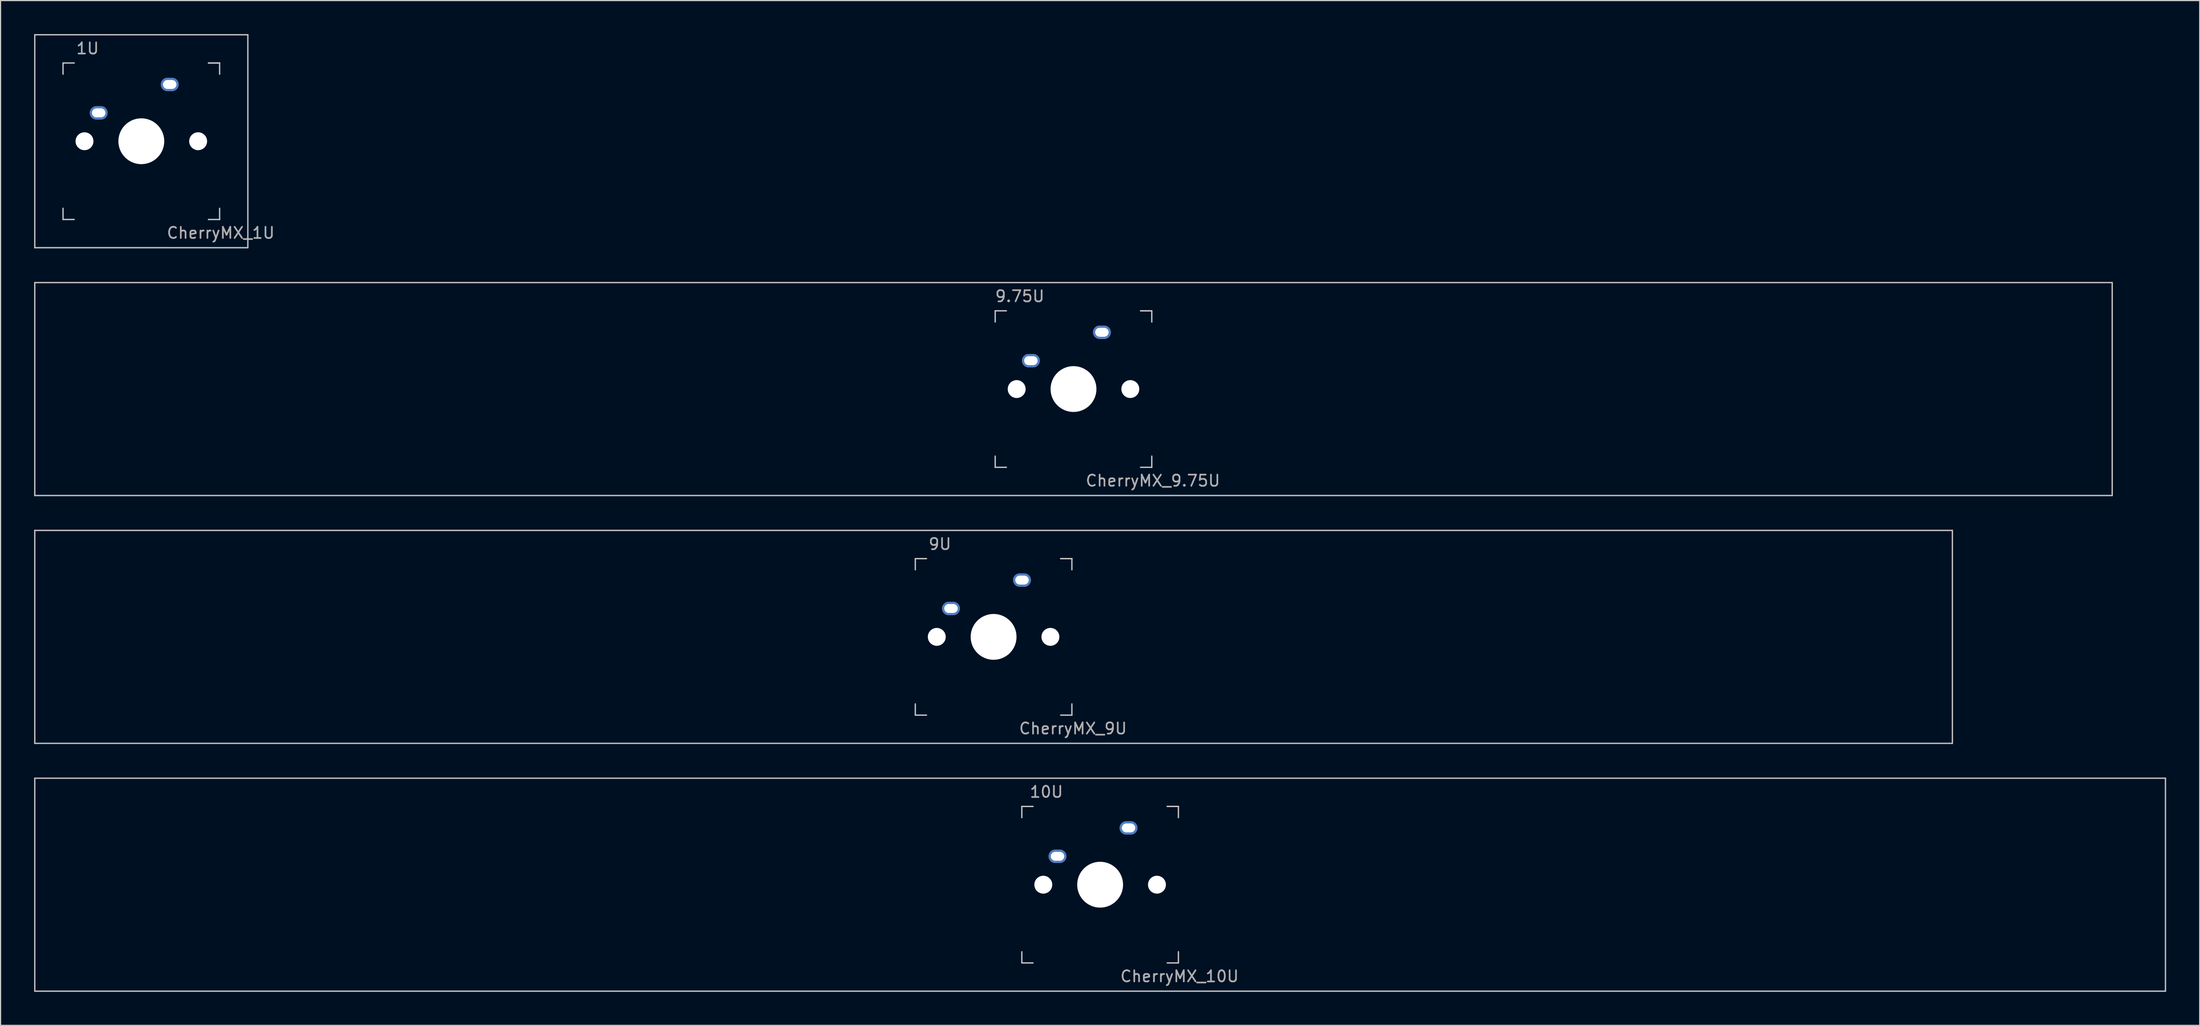
<source format=kicad_pcb>
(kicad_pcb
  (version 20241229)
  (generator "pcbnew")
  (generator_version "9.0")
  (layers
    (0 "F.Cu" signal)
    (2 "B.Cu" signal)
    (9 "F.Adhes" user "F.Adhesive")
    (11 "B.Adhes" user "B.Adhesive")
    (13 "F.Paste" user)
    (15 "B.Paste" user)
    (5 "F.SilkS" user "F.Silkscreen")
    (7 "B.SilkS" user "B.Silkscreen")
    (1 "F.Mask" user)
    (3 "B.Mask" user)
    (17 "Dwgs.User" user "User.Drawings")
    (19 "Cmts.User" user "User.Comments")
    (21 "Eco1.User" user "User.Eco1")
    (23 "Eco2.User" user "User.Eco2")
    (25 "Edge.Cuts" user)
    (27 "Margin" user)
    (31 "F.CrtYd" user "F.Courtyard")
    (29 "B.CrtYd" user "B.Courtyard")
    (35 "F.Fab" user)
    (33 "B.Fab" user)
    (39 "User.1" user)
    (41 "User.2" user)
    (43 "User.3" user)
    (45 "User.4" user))
  (footprint "CherryMX_9U"
    (layer "F.Cu")
    (at 85.785 53.925)
    (property "Reference" "CherryMX_9U" (at 7.1 8.2 0) (layer "F.Fab") (effects (font (size 1 1) (thickness 0.15))))
    (attr through_hole)
    (fp_line (start -85.725 -9.525) (end 85.725 -9.525) (stroke (width 0.12) (type solid)) (layer "Dwgs.User"))
    (fp_line (start -85.725 9.525) (end -85.725 -9.525) (stroke (width 0.12) (type solid)) (layer "Dwgs.User"))
    (fp_line (start -7 -7) (end -7 -6) (stroke (width 0.12) (type solid)) (layer "Dwgs.User"))
    (fp_line (start -7 -7) (end -6 -7) (stroke (width 0.12) (type solid)) (layer "Dwgs.User"))
    (fp_line (start -7 7) (end -7 6) (stroke (width 0.12) (type solid)) (layer "Dwgs.User"))
    (fp_line (start -7 7) (end -6 7) (stroke (width 0.12) (type solid)) (layer "Dwgs.User"))
    (fp_line (start 6 -7) (end 7 -7) (stroke (width 0.12) (type solid)) (layer "Dwgs.User"))
    (fp_line (start 7 -7) (end 6 -7) (stroke (width 0.12) (type solid)) (layer "Dwgs.User"))
    (fp_line (start 7 -7) (end 7 -6) (stroke (width 0.12) (type solid)) (layer "Dwgs.User"))
    (fp_line (start 7 7) (end 6 7) (stroke (width 0.12) (type solid)) (layer "Dwgs.User"))
    (fp_line (start 7 7) (end 7 6) (stroke (width 0.12) (type solid)) (layer "Dwgs.User"))
    (fp_line (start 85.725 -9.525) (end 85.725 9.525) (stroke (width 0.12) (type solid)) (layer "Dwgs.User"))
    (fp_line (start 85.725 9.525) (end -85.725 9.525) (stroke (width 0.12) (type solid)) (layer "Dwgs.User"))
    (fp_text user "9U" (at -4.8 -8.3 0) (layer "F.Fab") (effects (font (size 1 1) (thickness 0.15))))
    (pad "" np_thru_hole circle (at -5.08 0) (size 1.6 1.6) (drill 1.6) (layers "*.Cu" "*.Mask"))
    (pad "" np_thru_hole circle (at 0 0) (size 4.1 4.1) (drill 4.1) (layers "*.Cu" "*.Mask"))
    (pad "" np_thru_hole circle (at 5.08 0) (size 1.6 1.6) (drill 1.6) (layers "*.Cu" "*.Mask"))
    (pad "1" thru_hole oval (at -3.81 -2.54) (size 1.6 1.2) (drill oval 1.2 0.8) (layers "*.Cu" "*.Mask"))
    (pad "2" thru_hole oval (at 2.54 -5.08) (size 1.6 1.2) (drill oval 1.2 0.8) (layers "*.Cu" "*.Mask")))
  (footprint "CherryMX_10U"
    (layer "F.Cu")
    (at 95.31 76.095)
    (property "Reference" "CherryMX_10U" (at 7.1 8.2 0) (layer "F.Fab") (effects (font (size 1 1) (thickness 0.15))))
    (attr through_hole)
    (fp_line (start -95.25 -9.525) (end 95.25 -9.525) (stroke (width 0.12) (type solid)) (layer "Dwgs.User"))
    (fp_line (start -95.25 9.525) (end -95.25 -9.525) (stroke (width 0.12) (type solid)) (layer "Dwgs.User"))
    (fp_line (start -7 -7) (end -7 -6) (stroke (width 0.12) (type solid)) (layer "Dwgs.User"))
    (fp_line (start -7 -7) (end -6 -7) (stroke (width 0.12) (type solid)) (layer "Dwgs.User"))
    (fp_line (start -7 7) (end -7 6) (stroke (width 0.12) (type solid)) (layer "Dwgs.User"))
    (fp_line (start -7 7) (end -6 7) (stroke (width 0.12) (type solid)) (layer "Dwgs.User"))
    (fp_line (start 6 -7) (end 7 -7) (stroke (width 0.12) (type solid)) (layer "Dwgs.User"))
    (fp_line (start 7 -7) (end 6 -7) (stroke (width 0.12) (type solid)) (layer "Dwgs.User"))
    (fp_line (start 7 -7) (end 7 -6) (stroke (width 0.12) (type solid)) (layer "Dwgs.User"))
    (fp_line (start 7 7) (end 6 7) (stroke (width 0.12) (type solid)) (layer "Dwgs.User"))
    (fp_line (start 7 7) (end 7 6) (stroke (width 0.12) (type solid)) (layer "Dwgs.User"))
    (fp_line (start 95.25 -9.525) (end 95.25 9.525) (stroke (width 0.12) (type solid)) (layer "Dwgs.User"))
    (fp_line (start 95.25 9.525) (end -95.25 9.525) (stroke (width 0.12) (type solid)) (layer "Dwgs.User"))
    (fp_text user "10U" (at -4.8 -8.3 0) (layer "F.Fab") (effects (font (size 1 1) (thickness 0.15))))
    (pad "" np_thru_hole circle (at -5.08 0) (size 1.6 1.6) (drill 1.6) (layers "*.Cu" "*.Mask"))
    (pad "" np_thru_hole circle (at 0 0) (size 4.1 4.1) (drill 4.1) (layers "*.Cu" "*.Mask"))
    (pad "" np_thru_hole circle (at 5.08 0) (size 1.6 1.6) (drill 1.6) (layers "*.Cu" "*.Mask"))
    (pad "1" thru_hole oval (at -3.81 -2.54) (size 1.6 1.2) (drill oval 1.2 0.8) (layers "*.Cu" "*.Mask"))
    (pad "2" thru_hole oval (at 2.54 -5.08) (size 1.6 1.2) (drill oval 1.2 0.8) (layers "*.Cu" "*.Mask")))
  (footprint "CherryMX_9.75U"
    (layer "F.Cu")
    (at 92.929 31.755)
    (property "Reference" "CherryMX_9.75U" (at 7.1 8.2 0) (layer "F.Fab") (effects (font (size 1 1) (thickness 0.15))))
    (attr through_hole)
    (fp_line (start -92.869 -9.525) (end 92.869 -9.525) (stroke (width 0.12) (type solid)) (layer "Dwgs.User"))
    (fp_line (start -92.869 9.525) (end -92.869 -9.525) (stroke (width 0.12) (type solid)) (layer "Dwgs.User"))
    (fp_line (start -7 -7) (end -7 -6) (stroke (width 0.12) (type solid)) (layer "Dwgs.User"))
    (fp_line (start -7 -7) (end -6 -7) (stroke (width 0.12) (type solid)) (layer "Dwgs.User"))
    (fp_line (start -7 7) (end -7 6) (stroke (width 0.12) (type solid)) (layer "Dwgs.User"))
    (fp_line (start -7 7) (end -6 7) (stroke (width 0.12) (type solid)) (layer "Dwgs.User"))
    (fp_line (start 6 -7) (end 7 -7) (stroke (width 0.12) (type solid)) (layer "Dwgs.User"))
    (fp_line (start 7 -7) (end 6 -7) (stroke (width 0.12) (type solid)) (layer "Dwgs.User"))
    (fp_line (start 7 -7) (end 7 -6) (stroke (width 0.12) (type solid)) (layer "Dwgs.User"))
    (fp_line (start 7 7) (end 6 7) (stroke (width 0.12) (type solid)) (layer "Dwgs.User"))
    (fp_line (start 7 7) (end 7 6) (stroke (width 0.12) (type solid)) (layer "Dwgs.User"))
    (fp_line (start 92.869 -9.525) (end 92.869 9.525) (stroke (width 0.12) (type solid)) (layer "Dwgs.User"))
    (fp_line (start 92.869 9.525) (end -92.869 9.525) (stroke (width 0.12) (type solid)) (layer "Dwgs.User"))
    (fp_text user "9.75U" (at -4.8 -8.3 0) (layer "F.Fab") (effects (font (size 1 1) (thickness 0.15))))
    (pad "" np_thru_hole circle (at -5.08 0) (size 1.6 1.6) (drill 1.6) (layers "*.Cu" "*.Mask"))
    (pad "" np_thru_hole circle (at 0 0) (size 4.1 4.1) (drill 4.1) (layers "*.Cu" "*.Mask"))
    (pad "" np_thru_hole circle (at 5.08 0) (size 1.6 1.6) (drill 1.6) (layers "*.Cu" "*.Mask"))
    (pad "1" thru_hole oval (at -3.81 -2.54) (size 1.6 1.2) (drill oval 1.2 0.8) (layers "*.Cu" "*.Mask"))
    (pad "2" thru_hole oval (at 2.54 -5.08) (size 1.6 1.2) (drill oval 1.2 0.8) (layers "*.Cu" "*.Mask")))
  (footprint "CherryMX_1U"
    (layer "F.Cu")
    (at 9.585 9.585)
    (property "Reference" "CherryMX_1U" (at 7.1 8.2 0) (layer "F.Fab") (effects (font (size 1 1) (thickness 0.15))))
    (attr through_hole)
    (fp_line (start -9.525 -9.525) (end 9.525 -9.525) (stroke (width 0.12) (type solid)) (layer "Dwgs.User"))
    (fp_line (start -9.525 9.525) (end -9.525 -9.525) (stroke (width 0.12) (type solid)) (layer "Dwgs.User"))
    (fp_line (start -7 -7) (end -7 -6) (stroke (width 0.12) (type solid)) (layer "Dwgs.User"))
    (fp_line (start -7 -7) (end -6 -7) (stroke (width 0.12) (type solid)) (layer "Dwgs.User"))
    (fp_line (start -7 7) (end -7 6) (stroke (width 0.12) (type solid)) (layer "Dwgs.User"))
    (fp_line (start -7 7) (end -6 7) (stroke (width 0.12) (type solid)) (layer "Dwgs.User"))
    (fp_line (start 6 -7) (end 7 -7) (stroke (width 0.12) (type solid)) (layer "Dwgs.User"))
    (fp_line (start 7 -7) (end 6 -7) (stroke (width 0.12) (type solid)) (layer "Dwgs.User"))
    (fp_line (start 7 -7) (end 7 -6) (stroke (width 0.12) (type solid)) (layer "Dwgs.User"))
    (fp_line (start 7 7) (end 6 7) (stroke (width 0.12) (type solid)) (layer "Dwgs.User"))
    (fp_line (start 7 7) (end 7 6) (stroke (width 0.12) (type solid)) (layer "Dwgs.User"))
    (fp_line (start 9.525 -9.525) (end 9.525 9.525) (stroke (width 0.12) (type solid)) (layer "Dwgs.User"))
    (fp_line (start 9.525 9.525) (end -9.525 9.525) (stroke (width 0.12) (type solid)) (layer "Dwgs.User"))
    (fp_text user "1U" (at -4.8 -8.3 0) (layer "F.Fab") (effects (font (size 1 1) (thickness 0.15))))
    (pad "" np_thru_hole circle (at -5.08 0) (size 1.6 1.6) (drill 1.6) (layers "*.Cu" "*.Mask"))
    (pad "" np_thru_hole circle (at 0 0) (size 4.1 4.1) (drill 4.1) (layers "*.Cu" "*.Mask"))
    (pad "" np_thru_hole circle (at 5.08 0) (size 1.6 1.6) (drill 1.6) (layers "*.Cu" "*.Mask"))
    (pad "1" thru_hole oval (at -3.81 -2.54) (size 1.6 1.2) (drill oval 1.2 0.8) (layers "*.Cu" "*.Mask"))
    (pad "2" thru_hole oval (at 2.54 -5.08) (size 1.6 1.2) (drill oval 1.2 0.8) (layers "*.Cu" "*.Mask")))
  (gr_rect
    (start -3 -3)
    (end 193.62 88.68)
    (stroke (width 0.1) (type default))
    (fill no)
    (layer "Edge.Cuts")))
</source>
